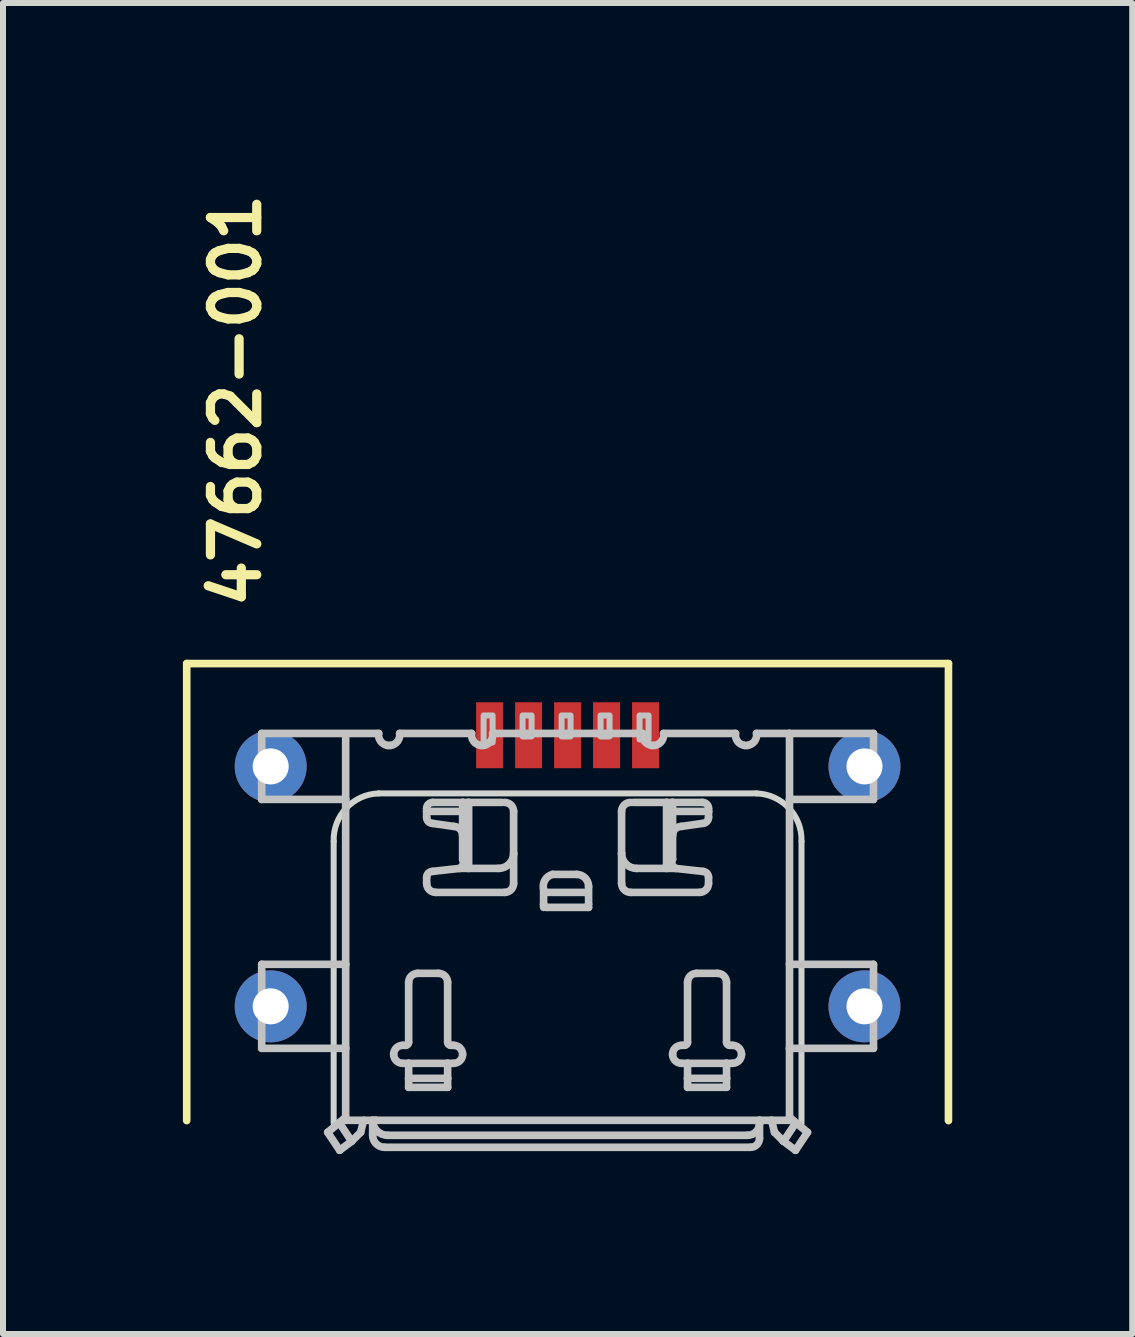
<source format=kicad_pcb>
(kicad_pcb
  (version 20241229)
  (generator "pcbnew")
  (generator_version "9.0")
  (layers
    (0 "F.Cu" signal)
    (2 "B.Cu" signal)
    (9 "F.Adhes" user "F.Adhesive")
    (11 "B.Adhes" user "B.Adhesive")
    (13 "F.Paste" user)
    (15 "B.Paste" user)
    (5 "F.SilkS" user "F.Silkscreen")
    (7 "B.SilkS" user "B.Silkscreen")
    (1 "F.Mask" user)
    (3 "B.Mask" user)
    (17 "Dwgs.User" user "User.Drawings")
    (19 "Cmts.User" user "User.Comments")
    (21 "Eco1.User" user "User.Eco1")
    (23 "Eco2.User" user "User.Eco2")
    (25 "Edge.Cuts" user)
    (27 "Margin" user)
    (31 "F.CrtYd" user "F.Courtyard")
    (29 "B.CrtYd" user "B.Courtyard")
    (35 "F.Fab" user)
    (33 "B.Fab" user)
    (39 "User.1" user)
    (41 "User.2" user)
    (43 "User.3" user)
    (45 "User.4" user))
  (footprint "47662-001"
    (layer "F.Cu")
    (at 6.413 13.728)
    (property "Reference" "47662-001" (at -5.08 -6.58 90) (layer "F.SilkS") (effects (font (size 0.772 0.772) (thickness 0.154)) (justify left bottom)))
    (attr through_hole)
    (fp_poly (pts (xy -5.59 -3.55) (xy -5.59 -4.45) (xy -4.925 -5.05) (xy -4.31 -4.45) (xy -4.31 -3.55) (xy -4.925 -2.95)) (stroke (width 0) (type solid)) (fill yes) (layer "F.Mask"))
    (fp_poly (pts (xy -5.59 0.6) (xy -5.59 -0.6) (xy -4.925 -1.2) (xy -4.31 -0.6) (xy -4.31 0.6) (xy -4.925 1.2)) (stroke (width 0) (type solid)) (fill yes) (layer "F.Mask"))
    (fp_poly (pts (xy 5.59 -3.55) (xy 5.59 -4.45) (xy 4.925 -5.05) (xy 4.31 -4.45) (xy 4.31 -3.55) (xy 4.925 -2.95)) (stroke (width 0) (type solid)) (fill yes) (layer "F.Mask"))
    (fp_poly (pts (xy 5.59 0.6) (xy 5.59 -0.6) (xy 4.925 -1.2) (xy 4.31 -0.6) (xy 4.31 0.6) (xy 4.925 1.2)) (stroke (width 0) (type solid)) (fill yes) (layer "F.Mask"))
    (fp_poly (pts (xy -5.59 -3.55) (xy -5.59 -4.45) (xy -4.925 -5.05) (xy -4.31 -4.45) (xy -4.31 -3.55) (xy -4.925 -2.95)) (stroke (width 0) (type solid)) (fill yes) (layer "B.Mask"))
    (fp_poly (pts (xy -5.59 0.6) (xy -5.59 -0.6) (xy -4.925 -1.2) (xy -4.31 -0.6) (xy -4.31 0.6) (xy -4.925 1.2)) (stroke (width 0) (type solid)) (fill yes) (layer "B.Mask"))
    (fp_poly (pts (xy 5.59 -3.55) (xy 5.59 -4.45) (xy 4.925 -5.05) (xy 4.31 -4.45) (xy 4.31 -3.55) (xy 4.925 -2.95)) (stroke (width 0) (type solid)) (fill yes) (layer "B.Mask"))
    (fp_poly (pts (xy 5.59 0.6) (xy 5.59 -0.6) (xy 4.925 -1.2) (xy 4.31 -0.6) (xy 4.31 0.6) (xy 4.925 1.2)) (stroke (width 0) (type solid)) (fill yes) (layer "B.Mask"))
    (fp_line (start -6.35 -5.715) (end -6.35 1.905) (stroke (width 0.127) (type solid)) (layer "F.SilkS"))
    (fp_line (start 6.35 -5.715) (end -6.35 -5.715) (stroke (width 0.127) (type solid)) (layer "F.SilkS"))
    (fp_line (start 6.35 1.905) (end 6.35 -5.715) (stroke (width 0.127) (type solid)) (layer "F.SilkS"))
    (fp_poly (pts (xy -5.59 -3.55) (xy -5.59 -4.45) (xy -4.925 -5.05) (xy -4.31 -4.45) (xy -4.31 -3.55) (xy -4.925 -2.95)) (stroke (width 0) (type solid)) (fill yes) (layer "F.Paste"))
    (fp_poly (pts (xy -5.59 0.6) (xy -5.59 -0.6) (xy -4.925 -1.2) (xy -4.31 -0.6) (xy -4.31 0.6) (xy -4.925 1.2)) (stroke (width 0) (type solid)) (fill yes) (layer "F.Paste"))
    (fp_poly (pts (xy 5.59 -3.55) (xy 5.59 -4.45) (xy 4.925 -5.05) (xy 4.31 -4.45) (xy 4.31 -3.55) (xy 4.925 -2.95)) (stroke (width 0) (type solid)) (fill yes) (layer "F.Paste"))
    (fp_poly (pts (xy 5.59 0.6) (xy 5.59 -0.6) (xy 4.925 -1.2) (xy 4.31 -0.6) (xy 4.31 0.6) (xy 4.925 1.2)) (stroke (width 0) (type solid)) (fill yes) (layer "F.Paste"))
    (fp_poly (pts (xy -5.59 -3.55) (xy -5.59 -4.45) (xy -4.925 -5.05) (xy -4.31 -4.45) (xy -4.31 -3.55) (xy -4.925 -2.95)) (stroke (width 0) (type solid)) (fill yes) (layer "B.Paste"))
    (fp_poly (pts (xy -5.59 0.6) (xy -5.59 -0.6) (xy -4.925 -1.2) (xy -4.31 -0.6) (xy -4.31 0.6) (xy -4.925 1.2)) (stroke (width 0) (type solid)) (fill yes) (layer "B.Paste"))
    (fp_poly (pts (xy 5.59 -3.55) (xy 5.59 -4.45) (xy 4.925 -5.05) (xy 4.31 -4.45) (xy 4.31 -3.55) (xy 4.925 -2.95)) (stroke (width 0) (type solid)) (fill yes) (layer "B.Paste"))
    (fp_poly (pts (xy 5.59 0.6) (xy 5.59 -0.6) (xy 4.925 -1.2) (xy 4.31 -0.6) (xy 4.31 0.6) (xy 4.925 1.2)) (stroke (width 0) (type solid)) (fill yes) (layer "B.Paste"))
    (fp_line (start -5.1 -4.55) (end -5.1 -3.45) (stroke (width 0.127) (type solid)) (layer "Dwgs.User"))
    (fp_line (start -5.1 -4.55) (end -3.15 -4.55) (stroke (width 0.127) (type solid)) (layer "Dwgs.User"))
    (fp_line (start -5.1 -3.45) (end -3.7 -3.45) (stroke (width 0.127) (type solid)) (layer "Dwgs.User"))
    (fp_line (start -5.1 -0.7) (end -5.1 0.7) (stroke (width 0.127) (type solid)) (layer "Dwgs.User"))
    (fp_line (start -5.1 0.7) (end -3.7 0.7) (stroke (width 0.127) (type solid)) (layer "Dwgs.User"))
    (fp_line (start -4 2.1) (end -3.8 2.4) (stroke (width 0.127) (type solid)) (layer "Dwgs.User"))
    (fp_line (start -3.8 2.4) (end -3.6 2.25) (stroke (width 0.127) (type solid)) (layer "Dwgs.User"))
    (fp_line (start -3.7 -3.45) (end -3.7 -4.5) (stroke (width 0.127) (type solid)) (layer "Dwgs.User"))
    (fp_line (start -3.7 -0.7) (end -5.1 -0.7) (stroke (width 0.127) (type solid)) (layer "Dwgs.User"))
    (fp_line (start -3.7 -0.7) (end -3.7 -3.45) (stroke (width 0.127) (type solid)) (layer "Dwgs.User"))
    (fp_line (start -3.7 0.7) (end -3.7 -0.7) (stroke (width 0.127) (type solid)) (layer "Dwgs.User"))
    (fp_line (start -3.7 1.85) (end -4 2.1) (stroke (width 0.127) (type solid)) (layer "Dwgs.User"))
    (fp_line (start -3.7 1.9) (end -3.7 0.7) (stroke (width 0.127) (type solid)) (layer "Dwgs.User"))
    (fp_line (start -3.6 2.25) (end -3.8 1.95) (stroke (width 0.127) (type solid)) (layer "Dwgs.User"))
    (fp_line (start -3.6 2.25) (end -3.45 2.1) (stroke (width 0.127) (type solid)) (layer "Dwgs.User"))
    (fp_line (start -3.45 2.1) (end -3.4 1.9) (stroke (width 0.127) (type solid)) (layer "Dwgs.User"))
    (fp_line (start -3.25 1.9) (end -3.7 1.9) (stroke (width 0.127) (type solid)) (layer "Dwgs.User"))
    (fp_line (start -3.25 2.15) (end -3.25 1.95) (stroke (width 0.127) (type solid)) (layer "Dwgs.User"))
    (fp_line (start -3.2 1.9) (end -3.25 1.9) (stroke (width 0.127) (type solid)) (layer "Dwgs.User"))
    (fp_line (start -3 -4.35) (end -2.95 -4.35) (stroke (width 0.127) (type solid)) (layer "Dwgs.User"))
    (fp_line (start -2.8 -4.55) (end -1.6 -4.55) (stroke (width 0.127) (type solid)) (layer "Dwgs.User"))
    (fp_line (start -2.75 0.95) (end -2.65 0.95) (stroke (width 0.127) (type solid)) (layer "Dwgs.User"))
    (fp_line (start -2.7 0.65) (end -2.75 0.65) (stroke (width 0.127) (type solid)) (layer "Dwgs.User"))
    (fp_line (start -2.65 -0.4) (end -2.65 0.6) (stroke (width 0.127) (type solid)) (layer "Dwgs.User"))
    (fp_line (start -2.65 1.2) (end -2.65 0.95) (stroke (width 0.127) (type solid)) (layer "Dwgs.User"))
    (fp_line (start -2.65 1.2) (end -2.65 1.35) (stroke (width 0.127) (type solid)) (layer "Dwgs.User"))
    (fp_line (start -2.65 1.35) (end -2 1.35) (stroke (width 0.127) (type solid)) (layer "Dwgs.User"))
    (fp_line (start -2.5 -0.55) (end -2.15 -0.55) (stroke (width 0.127) (type solid)) (layer "Dwgs.User"))
    (fp_line (start -2.35 -3.3) (end -2.35 -3.25) (stroke (width 0.127) (type solid)) (layer "Dwgs.User"))
    (fp_line (start -2.35 -3.25) (end -2.35 -3.15) (stroke (width 0.127) (type solid)) (layer "Dwgs.User"))
    (fp_line (start -2.35 -3.25) (end -1.7 -3.25) (stroke (width 0.127) (type solid)) (layer "Dwgs.User"))
    (fp_line (start -2.35 -2.15) (end -2.35 -2.05) (stroke (width 0.127) (type solid)) (layer "Dwgs.User"))
    (fp_line (start -2.25 -3.05) (end -1.9 -3) (stroke (width 0.127) (type solid)) (layer "Dwgs.User"))
    (fp_line (start -2.2 -1.9) (end -1.05 -1.9) (stroke (width 0.127) (type solid)) (layer "Dwgs.User"))
    (fp_line (start -2 -0.4) (end -2 0.6) (stroke (width 0.127) (type solid)) (layer "Dwgs.User"))
    (fp_line (start -2 0.95) (end -2.65 0.95) (stroke (width 0.127) (type solid)) (layer "Dwgs.User"))
    (fp_line (start -2 1.2) (end -2.65 1.2) (stroke (width 0.127) (type solid)) (layer "Dwgs.User"))
    (fp_line (start -2 1.2) (end -2 0.95) (stroke (width 0.127) (type solid)) (layer "Dwgs.User"))
    (fp_line (start -2 1.35) (end -2 1.2) (stroke (width 0.127) (type solid)) (layer "Dwgs.User"))
    (fp_line (start -1.95 0.65) (end -1.9 0.65) (stroke (width 0.127) (type solid)) (layer "Dwgs.User"))
    (fp_line (start -1.9 0.95) (end -2 0.95) (stroke (width 0.127) (type solid)) (layer "Dwgs.User"))
    (fp_line (start -1.8 -2.3) (end -2.25 -2.25) (stroke (width 0.127) (type solid)) (layer "Dwgs.User"))
    (fp_line (start -1.8 -2.3) (end -1.65 -2.3) (stroke (width 0.127) (type solid)) (layer "Dwgs.User"))
    (fp_line (start -1.75 -3.4) (end -2.25 -3.4) (stroke (width 0.127) (type solid)) (layer "Dwgs.User"))
    (fp_line (start -1.75 -3.4) (end -1.75 -2.85) (stroke (width 0.127) (type solid)) (layer "Dwgs.User"))
    (fp_line (start -1.75 -2.85) (end -1.75 -2.45) (stroke (width 0.127) (type solid)) (layer "Dwgs.User"))
    (fp_line (start -1.65 -3.4) (end -1.75 -3.4) (stroke (width 0.127) (type solid)) (layer "Dwgs.User"))
    (fp_line (start -1.65 -3.4) (end -1.65 -2.3) (stroke (width 0.127) (type solid)) (layer "Dwgs.User"))
    (fp_line (start -1.65 -2.3) (end -1.15 -2.3) (stroke (width 0.127) (type solid)) (layer "Dwgs.User"))
    (fp_line (start -1.45 -4.35) (end -1.4 -4.35) (stroke (width 0.127) (type solid)) (layer "Dwgs.User"))
    (fp_line (start -1.25 -4.55) (end 1.25 -4.55) (stroke (width 0.127) (type solid)) (layer "Dwgs.User"))
    (fp_line (start -1.1 -3.4) (end -1.65 -3.4) (stroke (width 0.127) (type solid)) (layer "Dwgs.User"))
    (fp_line (start -0.9 -2.55) (end -0.9 -3.25) (stroke (width 0.127) (type solid)) (layer "Dwgs.User"))
    (fp_line (start -0.9 -2.05) (end -0.9 -2.55) (stroke (width 0.127) (type solid)) (layer "Dwgs.User"))
    (fp_line (start -0.4 -1.7) (end -0.4 -1.95) (stroke (width 0.127) (type solid)) (layer "Dwgs.User"))
    (fp_line (start -0.4 -1.65) (end -0.4 -1.7) (stroke (width 0.127) (type solid)) (layer "Dwgs.User"))
    (fp_line (start -0.25 -2.2) (end 0.15 -2.2) (stroke (width 0.127) (type solid)) (layer "Dwgs.User"))
    (fp_line (start 0.3 -1.9) (end -0.35 -1.9) (stroke (width 0.127) (type solid)) (layer "Dwgs.User"))
    (fp_line (start 0.35 -2) (end 0.35 -1.7) (stroke (width 0.127) (type solid)) (layer "Dwgs.User"))
    (fp_line (start 0.35 -1.65) (end -0.35 -1.65) (stroke (width 0.127) (type solid)) (layer "Dwgs.User"))
    (fp_line (start 0.9 -2.55) (end 0.9 -3.25) (stroke (width 0.127) (type solid)) (layer "Dwgs.User"))
    (fp_line (start 0.9 -2.05) (end 0.9 -2.55) (stroke (width 0.127) (type solid)) (layer "Dwgs.User"))
    (fp_line (start 1.1 -3.4) (end 1.65 -3.4) (stroke (width 0.127) (type solid)) (layer "Dwgs.User"))
    (fp_line (start 1.45 -4.35) (end 1.4 -4.35) (stroke (width 0.127) (type solid)) (layer "Dwgs.User"))
    (fp_line (start 1.6 -4.55) (end 2.8 -4.55) (stroke (width 0.127) (type solid)) (layer "Dwgs.User"))
    (fp_line (start 1.65 -3.4) (end 1.65 -2.3) (stroke (width 0.127) (type solid)) (layer "Dwgs.User"))
    (fp_line (start 1.65 -3.4) (end 1.75 -3.4) (stroke (width 0.127) (type solid)) (layer "Dwgs.User"))
    (fp_line (start 1.65 -2.3) (end 1.15 -2.3) (stroke (width 0.127) (type solid)) (layer "Dwgs.User"))
    (fp_line (start 1.75 -3.4) (end 1.75 -2.85) (stroke (width 0.127) (type solid)) (layer "Dwgs.User"))
    (fp_line (start 1.75 -3.4) (end 2.25 -3.4) (stroke (width 0.127) (type solid)) (layer "Dwgs.User"))
    (fp_line (start 1.75 -2.85) (end 1.75 -2.45) (stroke (width 0.127) (type solid)) (layer "Dwgs.User"))
    (fp_line (start 1.8 -2.3) (end 1.65 -2.3) (stroke (width 0.127) (type solid)) (layer "Dwgs.User"))
    (fp_line (start 1.8 -2.3) (end 2.25 -2.25) (stroke (width 0.127) (type solid)) (layer "Dwgs.User"))
    (fp_line (start 1.9 0.95) (end 2 0.95) (stroke (width 0.127) (type solid)) (layer "Dwgs.User"))
    (fp_line (start 1.95 0.65) (end 1.9 0.65) (stroke (width 0.127) (type solid)) (layer "Dwgs.User"))
    (fp_line (start 2 -0.4) (end 2 0.6) (stroke (width 0.127) (type solid)) (layer "Dwgs.User"))
    (fp_line (start 2 0.95) (end 2.65 0.95) (stroke (width 0.127) (type solid)) (layer "Dwgs.User"))
    (fp_line (start 2 1.2) (end 2 0.95) (stroke (width 0.127) (type solid)) (layer "Dwgs.User"))
    (fp_line (start 2 1.2) (end 2.65 1.2) (stroke (width 0.127) (type solid)) (layer "Dwgs.User"))
    (fp_line (start 2 1.35) (end 2 1.2) (stroke (width 0.127) (type solid)) (layer "Dwgs.User"))
    (fp_line (start 2.2 -1.9) (end 1.05 -1.9) (stroke (width 0.127) (type solid)) (layer "Dwgs.User"))
    (fp_line (start 2.25 -3.05) (end 1.9 -3) (stroke (width 0.127) (type solid)) (layer "Dwgs.User"))
    (fp_line (start 2.35 -3.3) (end 2.35 -3.25) (stroke (width 0.127) (type solid)) (layer "Dwgs.User"))
    (fp_line (start 2.35 -3.25) (end 1.7 -3.25) (stroke (width 0.127) (type solid)) (layer "Dwgs.User"))
    (fp_line (start 2.35 -3.25) (end 2.35 -3.15) (stroke (width 0.127) (type solid)) (layer "Dwgs.User"))
    (fp_line (start 2.35 -2.15) (end 2.35 -2.05) (stroke (width 0.127) (type solid)) (layer "Dwgs.User"))
    (fp_line (start 2.5 -0.55) (end 2.15 -0.55) (stroke (width 0.127) (type solid)) (layer "Dwgs.User"))
    (fp_line (start 2.65 -0.4) (end 2.65 0.6) (stroke (width 0.127) (type solid)) (layer "Dwgs.User"))
    (fp_line (start 2.65 1.2) (end 2.65 0.95) (stroke (width 0.127) (type solid)) (layer "Dwgs.User"))
    (fp_line (start 2.65 1.2) (end 2.65 1.35) (stroke (width 0.127) (type solid)) (layer "Dwgs.User"))
    (fp_line (start 2.65 1.35) (end 2 1.35) (stroke (width 0.127) (type solid)) (layer "Dwgs.User"))
    (fp_line (start 2.7 0.65) (end 2.75 0.65) (stroke (width 0.127) (type solid)) (layer "Dwgs.User"))
    (fp_line (start 2.75 0.95) (end 2.65 0.95) (stroke (width 0.127) (type solid)) (layer "Dwgs.User"))
    (fp_line (start 3 -4.35) (end 2.95 -4.35) (stroke (width 0.127) (type solid)) (layer "Dwgs.User"))
    (fp_line (start 3 2.15) (end -3 2.15) (stroke (width 0.127) (type solid)) (layer "Dwgs.User"))
    (fp_line (start 3.05 2.35) (end -3.05 2.35) (stroke (width 0.127) (type solid)) (layer "Dwgs.User"))
    (fp_line (start 3.15 -4.55) (end 3.7 -4.55) (stroke (width 0.127) (type solid)) (layer "Dwgs.User"))
    (fp_line (start 3.2 1.9) (end -3.2 1.9) (stroke (width 0.127) (type solid)) (layer "Dwgs.User"))
    (fp_line (start 3.2 1.9) (end 3.2 1.95) (stroke (width 0.127) (type solid)) (layer "Dwgs.User"))
    (fp_line (start 3.2 1.95) (end 3.2 2.2) (stroke (width 0.127) (type solid)) (layer "Dwgs.User"))
    (fp_line (start 3.4 1.9) (end 3.2 1.9) (stroke (width 0.127) (type solid)) (layer "Dwgs.User"))
    (fp_line (start 3.45 2.1) (end 3.4 1.9) (stroke (width 0.127) (type solid)) (layer "Dwgs.User"))
    (fp_line (start 3.6 2.25) (end 3.45 2.1) (stroke (width 0.127) (type solid)) (layer "Dwgs.User"))
    (fp_line (start 3.6 2.25) (end 3.8 1.95) (stroke (width 0.127) (type solid)) (layer "Dwgs.User"))
    (fp_line (start 3.7 -4.55) (end 3.7 -3.45) (stroke (width 0.127) (type solid)) (layer "Dwgs.User"))
    (fp_line (start 3.7 -4.55) (end 5.1 -4.55) (stroke (width 0.127) (type solid)) (layer "Dwgs.User"))
    (fp_line (start 3.7 -3.45) (end 3.7 -0.7) (stroke (width 0.127) (type solid)) (layer "Dwgs.User"))
    (fp_line (start 3.7 -0.7) (end 3.7 0.7) (stroke (width 0.127) (type solid)) (layer "Dwgs.User"))
    (fp_line (start 3.7 -0.7) (end 5.1 -0.7) (stroke (width 0.127) (type solid)) (layer "Dwgs.User"))
    (fp_line (start 3.7 0.7) (end 3.7 1.85) (stroke (width 0.127) (type solid)) (layer "Dwgs.User"))
    (fp_line (start 3.7 1.85) (end 3.7 1.9) (stroke (width 0.127) (type solid)) (layer "Dwgs.User"))
    (fp_line (start 3.7 1.85) (end 4 2.1) (stroke (width 0.127) (type solid)) (layer "Dwgs.User"))
    (fp_line (start 3.7 1.9) (end 3.4 1.9) (stroke (width 0.127) (type solid)) (layer "Dwgs.User"))
    (fp_line (start 3.8 2.4) (end 3.6 2.25) (stroke (width 0.127) (type solid)) (layer "Dwgs.User"))
    (fp_line (start 4 2.1) (end 3.8 2.4) (stroke (width 0.127) (type solid)) (layer "Dwgs.User"))
    (fp_line (start 5.1 -4.55) (end 5.1 -3.45) (stroke (width 0.127) (type solid)) (layer "Dwgs.User"))
    (fp_line (start 5.1 -3.45) (end 3.7 -3.45) (stroke (width 0.127) (type solid)) (layer "Dwgs.User"))
    (fp_line (start 5.1 -0.7) (end 5.1 0.7) (stroke (width 0.127) (type solid)) (layer "Dwgs.User"))
    (fp_line (start 5.1 0.7) (end 3.7 0.7) (stroke (width 0.127) (type solid)) (layer "Dwgs.User"))
    (fp_arc (start -3.25 1.95) (mid -3.235355 1.914645) (end -3.2 1.9) (stroke (width 0.127) (type solid)) (layer "Dwgs.User"))
    (fp_arc (start -3.05 2.35) (mid -3.191421 2.291421) (end -3.25 2.15) (stroke (width 0.127) (type solid)) (layer "Dwgs.User"))
    (fp_arc (start -3 -4.35) (mid -3.116421 -4.418934) (end -3.15 -4.55) (stroke (width 0.127) (type solid)) (layer "Dwgs.User"))
    (fp_arc (start -3 2.15) (mid -3.176777 2.076777) (end -3.25 1.9) (stroke (width 0.127) (type solid)) (layer "Dwgs.User"))
    (fp_arc (start -2.9 0.8) (mid -2.856066 0.693934) (end -2.75 0.65) (stroke (width 0.127) (type solid)) (layer "Dwgs.User"))
    (fp_arc (start -2.8 -4.55) (mid -2.833579 -4.418934) (end -2.95 -4.35) (stroke (width 0.127) (type solid)) (layer "Dwgs.User"))
    (fp_arc (start -2.75 0.95) (mid -2.856066 0.906066) (end -2.9 0.8) (stroke (width 0.127) (type solid)) (layer "Dwgs.User"))
    (fp_arc (start -2.65 -0.4) (mid -2.606066 -0.506066) (end -2.5 -0.55) (stroke (width 0.127) (type solid)) (layer "Dwgs.User"))
    (fp_arc (start -2.65 0.6) (mid -2.664645 0.635355) (end -2.7 0.65) (stroke (width 0.127) (type solid)) (layer "Dwgs.User"))
    (fp_arc (start -2.35 -3.3) (mid -2.320711 -3.370711) (end -2.25 -3.4) (stroke (width 0.127) (type solid)) (layer "Dwgs.User"))
    (fp_arc (start -2.35 -2.15) (mid -2.320711 -2.220711) (end -2.25 -2.25) (stroke (width 0.127) (type solid)) (layer "Dwgs.User"))
    (fp_arc (start -2.25 -3.05) (mid -2.320711 -3.079289) (end -2.35 -3.15) (stroke (width 0.127) (type solid)) (layer "Dwgs.User"))
    (fp_arc (start -2.2 -1.9) (mid -2.306066 -1.943934) (end -2.35 -2.05) (stroke (width 0.127) (type solid)) (layer "Dwgs.User"))
    (fp_arc (start -2.15 -0.55) (mid -2.043934 -0.506066) (end -2 -0.4) (stroke (width 0.127) (type solid)) (layer "Dwgs.User"))
    (fp_arc (start -1.95 0.65) (mid -1.985355 0.635355) (end -2 0.6) (stroke (width 0.127) (type solid)) (layer "Dwgs.User"))
    (fp_arc (start -1.9 -3) (mid -1.793934 -2.956066) (end -1.75 -2.85) (stroke (width 0.127) (type solid)) (layer "Dwgs.User"))
    (fp_arc (start -1.9 0.65) (mid -1.793934 0.693934) (end -1.75 0.8) (stroke (width 0.127) (type solid)) (layer "Dwgs.User"))
    (fp_arc (start -1.75 -2.45) (mid -1.743934 -2.364645) (end -1.8 -2.3) (stroke (width 0.127) (type solid)) (layer "Dwgs.User"))
    (fp_arc (start -1.75 0.8) (mid -1.793934 0.906066) (end -1.9 0.95) (stroke (width 0.127) (type solid)) (layer "Dwgs.User"))
    (fp_arc (start -1.45 -4.35) (mid -1.566421 -4.418934) (end -1.6 -4.55) (stroke (width 0.127) (type solid)) (layer "Dwgs.User"))
    (fp_arc (start -1.25 -4.55) (mid -1.283579 -4.418934) (end -1.4 -4.35) (stroke (width 0.127) (type solid)) (layer "Dwgs.User"))
    (fp_arc (start -1.05 -3.4) (mid -0.943934 -3.356066) (end -0.9 -3.25) (stroke (width 0.127) (type solid)) (layer "Dwgs.User"))
    (fp_arc (start -0.9 -2.55) (mid -0.973223 -2.373223) (end -1.15 -2.3) (stroke (width 0.127) (type solid)) (layer "Dwgs.User"))
    (fp_arc (start -0.9 -2.05) (mid -0.943934 -1.943934) (end -1.05 -1.9) (stroke (width 0.127) (type solid)) (layer "Dwgs.User"))
    (fp_arc (start -0.4 -1.95) (mid -0.376777 -2.106066) (end -0.25 -2.2) (stroke (width 0.127) (type solid)) (layer "Dwgs.User"))
    (fp_arc (start -0.35 -1.65) (mid -0.385355 -1.664645) (end -0.4 -1.7) (stroke (width 0.127) (type solid)) (layer "Dwgs.User"))
    (fp_arc (start 0.15 -2.2) (mid 0.291421 -2.141421) (end 0.349999 -1.999999) (stroke (width 0.127) (type solid)) (layer "Dwgs.User"))
    (fp_arc (start 0.35 -1.65) (mid 0.339645 -1.675) (end 0.35 -1.7) (stroke (width 0.127) (type solid)) (layer "Dwgs.User"))
    (fp_arc (start 0.9 -3.25) (mid 0.943934 -3.356066) (end 1.05 -3.4) (stroke (width 0.127) (type solid)) (layer "Dwgs.User"))
    (fp_arc (start 1.05 -1.9) (mid 0.943934 -1.943934) (end 0.9 -2.05) (stroke (width 0.127) (type solid)) (layer "Dwgs.User"))
    (fp_arc (start 1.15 -2.3) (mid 0.973223 -2.373223) (end 0.9 -2.55) (stroke (width 0.127) (type solid)) (layer "Dwgs.User"))
    (fp_arc (start 1.4 -4.35) (mid 1.283579 -4.418934) (end 1.25 -4.55) (stroke (width 0.127) (type solid)) (layer "Dwgs.User"))
    (fp_arc (start 1.6 -4.55) (mid 1.566421 -4.418934) (end 1.45 -4.35) (stroke (width 0.127) (type solid)) (layer "Dwgs.User"))
    (fp_arc (start 1.75 -2.85) (mid 1.793934 -2.956066) (end 1.9 -3) (stroke (width 0.127) (type solid)) (layer "Dwgs.User"))
    (fp_arc (start 1.75 0.8) (mid 1.793934 0.693934) (end 1.9 0.65) (stroke (width 0.127) (type solid)) (layer "Dwgs.User"))
    (fp_arc (start 1.8 -2.3) (mid 1.743934 -2.364645) (end 1.75 -2.45) (stroke (width 0.127) (type solid)) (layer "Dwgs.User"))
    (fp_arc (start 1.9 0.95) (mid 1.793934 0.906066) (end 1.75 0.8) (stroke (width 0.127) (type solid)) (layer "Dwgs.User"))
    (fp_arc (start 2 -0.4) (mid 2.043934 -0.506066) (end 2.15 -0.55) (stroke (width 0.127) (type solid)) (layer "Dwgs.User"))
    (fp_arc (start 2 0.6) (mid 1.985355 0.635355) (end 1.95 0.65) (stroke (width 0.127) (type solid)) (layer "Dwgs.User"))
    (fp_arc (start 2.25 -3.4) (mid 2.320711 -3.370711) (end 2.35 -3.3) (stroke (width 0.127) (type solid)) (layer "Dwgs.User"))
    (fp_arc (start 2.25 -2.25) (mid 2.320711 -2.220711) (end 2.35 -2.15) (stroke (width 0.127) (type solid)) (layer "Dwgs.User"))
    (fp_arc (start 2.35 -3.15) (mid 2.320711 -3.079289) (end 2.25 -3.05) (stroke (width 0.127) (type solid)) (layer "Dwgs.User"))
    (fp_arc (start 2.35 -2.05) (mid 2.306066 -1.943934) (end 2.2 -1.9) (stroke (width 0.127) (type solid)) (layer "Dwgs.User"))
    (fp_arc (start 2.5 -0.55) (mid 2.606066 -0.506066) (end 2.65 -0.4) (stroke (width 0.127) (type solid)) (layer "Dwgs.User"))
    (fp_arc (start 2.7 0.65) (mid 2.664645 0.635355) (end 2.65 0.6) (stroke (width 0.127) (type solid)) (layer "Dwgs.User"))
    (fp_arc (start 2.75 0.65) (mid 2.856066 0.693934) (end 2.9 0.8) (stroke (width 0.127) (type solid)) (layer "Dwgs.User"))
    (fp_arc (start 2.9 0.8) (mid 2.856066 0.906066) (end 2.75 0.95) (stroke (width 0.127) (type solid)) (layer "Dwgs.User"))
    (fp_arc (start 2.95 -4.35) (mid 2.833579 -4.418934) (end 2.8 -4.55) (stroke (width 0.127) (type solid)) (layer "Dwgs.User"))
    (fp_arc (start 3.15 -4.55) (mid 3.116421 -4.418934) (end 3 -4.35) (stroke (width 0.127) (type solid)) (layer "Dwgs.User"))
    (fp_arc (start 3.2 1.95) (mid 3.141421 2.091421) (end 3 2.15) (stroke (width 0.127) (type solid)) (layer "Dwgs.User"))
    (fp_arc (start 3.2 2.2) (mid 3.156066 2.306066) (end 3.05 2.35) (stroke (width 0.127) (type solid)) (layer "Dwgs.User"))
    (fp_poly (pts (xy -1.4 -4.4) (xy -1.25 -4.4) (xy -1.25 -4.85) (xy -1.4 -4.85)) (stroke (width 0.1) (type solid)) (fill no) (layer "Dwgs.User"))
    (fp_poly (pts (xy -0.75 -4.5) (xy -0.6 -4.5) (xy -0.6 -4.85) (xy -0.75 -4.85)) (stroke (width 0.1) (type solid)) (fill no) (layer "Dwgs.User"))
    (fp_poly (pts (xy -0.1 -4.5) (xy 0.05 -4.5) (xy 0.05 -4.85) (xy -0.1 -4.85)) (stroke (width 0.1) (type solid)) (fill no) (layer "Dwgs.User"))
    (fp_poly (pts (xy 0.55 -4.5) (xy 0.7 -4.5) (xy 0.7 -4.85) (xy 0.55 -4.85)) (stroke (width 0.1) (type solid)) (fill no) (layer "Dwgs.User"))
    (fp_poly (pts (xy 1.2 -4.45) (xy 1.35 -4.45) (xy 1.35 -4.85) (xy 1.2 -4.85)) (stroke (width 0.1) (type solid)) (fill no) (layer "Dwgs.User"))
    (fp_line (start -3.9 -2.75) (end -3.9 1.95) (stroke (width 0.1) (type solid)) (layer "Edge.Cuts"))
    (fp_line (start 3.15 -3.55) (end -3.15 -3.55) (stroke (width 0.1) (type solid)) (layer "Edge.Cuts"))
    (fp_line (start 3.9 1.95) (end 3.9 -2.75) (stroke (width 0.1) (type solid)) (layer "Edge.Cuts"))
    (fp_arc (start -3.9 -2.75) (mid -3.690685 -3.30533) (end -3.15 -3.55) (stroke (width 0.1) (type solid)) (layer "Edge.Cuts"))
    (fp_arc (start 3.15 -3.55) (mid 3.690685 -3.30533) (end 3.9 -2.75) (stroke (width 0.1) (type solid)) (layer "Edge.Cuts"))
    (pad "1" smd rect (at -1.3 -4.52 90) (size 1.1 0.45) (layers "F.Cu" "F.Mask" "F.Paste"))
    (pad "2" smd rect (at -0.65 -4.52 90) (size 1.1 0.45) (layers "F.Cu" "F.Mask" "F.Paste"))
    (pad "3" smd rect (at 0 -4.52 90) (size 1.1 0.45) (layers "F.Cu" "F.Mask" "F.Paste"))
    (pad "4" smd rect (at 0.65 -4.52 90) (size 1.1 0.45) (layers "F.Cu" "F.Mask" "F.Paste"))
    (pad "5" smd rect (at 1.3 -4.52 90) (size 1.1 0.45) (layers "F.Cu" "F.Mask" "F.Paste"))
    (pad "S$1" thru_hole circle (at -4.95 0) (size 1.2 1.2) (drill 0.6) (layers "*.Cu" "*.Mask"))
    (pad "S$2" thru_hole circle (at 4.95 0) (size 1.2 1.2) (drill 0.6) (layers "*.Cu" "*.Mask"))
    (pad "S$3" thru_hole circle (at -4.95 -4) (size 1.2 1.2) (drill 0.6) (layers "*.Cu" "*.Mask"))
    (pad "S$4" thru_hole circle (at 4.95 -4) (size 1.2 1.2) (drill 0.6) (layers "*.Cu" "*.Mask")))
  (gr_rect
    (start -3 -3)
    (end 15.827 19.191)
    (stroke (width 0.1) (type default))
    (fill no)
    (layer "Edge.Cuts")))
</source>
